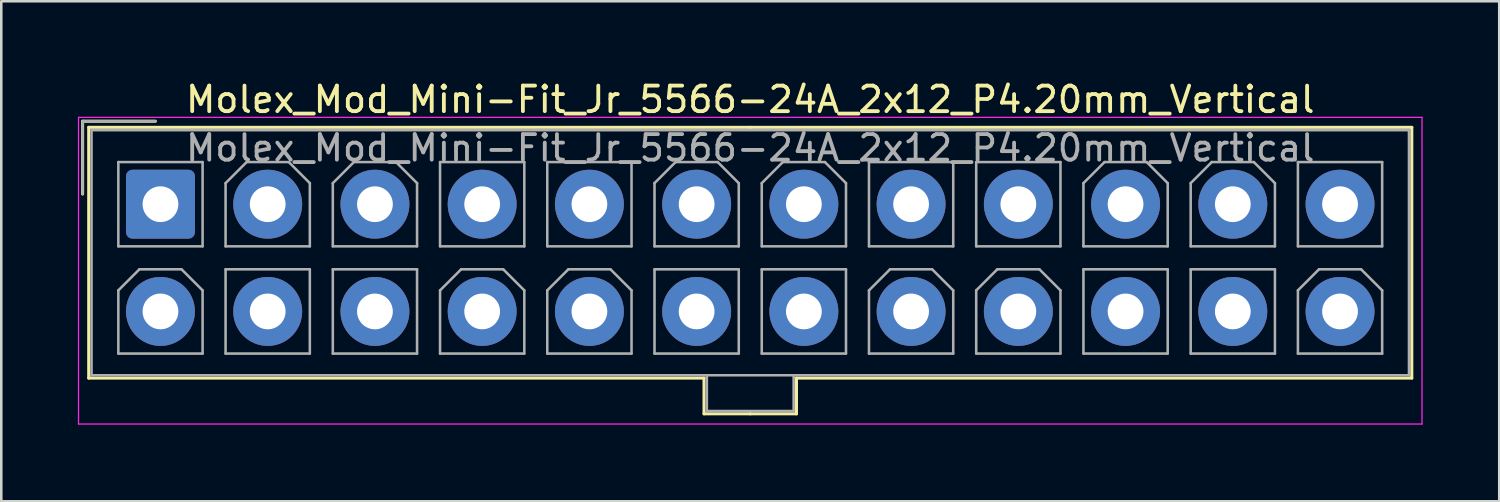
<source format=kicad_pcb>
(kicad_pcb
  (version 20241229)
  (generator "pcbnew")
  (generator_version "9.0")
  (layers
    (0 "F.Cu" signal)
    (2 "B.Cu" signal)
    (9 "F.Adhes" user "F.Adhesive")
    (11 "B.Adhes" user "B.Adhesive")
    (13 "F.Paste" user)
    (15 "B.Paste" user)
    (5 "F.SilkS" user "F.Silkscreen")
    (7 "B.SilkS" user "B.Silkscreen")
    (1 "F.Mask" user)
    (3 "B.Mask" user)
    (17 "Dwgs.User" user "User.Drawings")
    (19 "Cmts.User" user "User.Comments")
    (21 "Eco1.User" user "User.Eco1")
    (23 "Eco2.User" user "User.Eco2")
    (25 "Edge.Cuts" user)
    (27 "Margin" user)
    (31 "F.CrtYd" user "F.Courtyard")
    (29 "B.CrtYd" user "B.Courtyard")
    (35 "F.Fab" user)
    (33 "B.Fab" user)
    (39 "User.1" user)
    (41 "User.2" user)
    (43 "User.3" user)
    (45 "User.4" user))
  (footprint "Molex_Mod_Mini-Fit_Jr_5566-24A_2x12_P4.20mm_Vertical"
    (layer "F.Cu")
    (at 3.235 4.948)
    (property "Reference" "Molex_Mod_Mini-Fit_Jr_5566-24A_2x12_P4.20mm_Vertical" (at 23.1 -4.1 0) (layer "F.SilkS") (effects (font (size 1 1) (thickness 0.15))))
    (attr through_hole)
    (fp_line (start -3.05 -3.25) (end -3.05 -0.4) (stroke (width 0.12) (type solid)) (layer "F.SilkS"))
    (fp_line (start -2.81 -3.01) (end -2.81 6.81) (stroke (width 0.12) (type solid)) (layer "F.SilkS"))
    (fp_line (start -2.81 6.81) (end 21.29 6.81) (stroke (width 0.12) (type solid)) (layer "F.SilkS"))
    (fp_line (start -0.2 -3.25) (end -3.05 -3.25) (stroke (width 0.12) (type solid)) (layer "F.SilkS"))
    (fp_line (start 21.29 6.81) (end 21.29 8.21) (stroke (width 0.12) (type solid)) (layer "F.SilkS"))
    (fp_line (start 21.29 8.21) (end 23.1 8.21) (stroke (width 0.12) (type solid)) (layer "F.SilkS"))
    (fp_line (start 23.1 -3.01) (end -2.81 -3.01) (stroke (width 0.12) (type solid)) (layer "F.SilkS"))
    (fp_line (start 23.1 -3.01) (end 49.01 -3.01) (stroke (width 0.12) (type solid)) (layer "F.SilkS"))
    (fp_line (start 24.91 6.81) (end 24.91 8.21) (stroke (width 0.12) (type solid)) (layer "F.SilkS"))
    (fp_line (start 24.91 8.21) (end 23.1 8.21) (stroke (width 0.12) (type solid)) (layer "F.SilkS"))
    (fp_line (start 49.01 -3.01) (end 49.01 6.81) (stroke (width 0.12) (type solid)) (layer "F.SilkS"))
    (fp_line (start 49.01 6.81) (end 24.91 6.81) (stroke (width 0.12) (type solid)) (layer "F.SilkS"))
    (fp_line (start -3.21 -3.4) (end -3.21 8.61) (stroke (width 0.05) (type solid)) (layer "F.CrtYd"))
    (fp_line (start -3.21 8.61) (end 49.41 8.61) (stroke (width 0.05) (type solid)) (layer "F.CrtYd"))
    (fp_line (start 49.41 -3.4) (end -3.21 -3.4) (stroke (width 0.05) (type solid)) (layer "F.CrtYd"))
    (fp_line (start 49.41 8.61) (end 49.41 -3.4) (stroke (width 0.05) (type solid)) (layer "F.CrtYd"))
    (fp_line (start -3.05 -3.25) (end -3.05 -0.4) (stroke (width 0.1) (type solid)) (layer "F.Fab"))
    (fp_line (start -2.7 -2.9) (end -2.7 6.7) (stroke (width 0.1) (type solid)) (layer "F.Fab"))
    (fp_line (start -2.7 6.7) (end 48.9 6.7) (stroke (width 0.1) (type solid)) (layer "F.Fab"))
    (fp_line (start -1.65 -1.65) (end -1.65 1.65) (stroke (width 0.1) (type solid)) (layer "F.Fab"))
    (fp_line (start -1.65 1.65) (end 1.65 1.65) (stroke (width 0.1) (type solid)) (layer "F.Fab"))
    (fp_line (start -1.65 3.375) (end -0.825 2.55) (stroke (width 0.1) (type solid)) (layer "F.Fab"))
    (fp_line (start -1.65 5.85) (end -1.65 3.375) (stroke (width 0.1) (type solid)) (layer "F.Fab"))
    (fp_line (start -0.825 2.55) (end 0.825 2.55) (stroke (width 0.1) (type solid)) (layer "F.Fab"))
    (fp_line (start -0.2 -3.25) (end -3.05 -3.25) (stroke (width 0.1) (type solid)) (layer "F.Fab"))
    (fp_line (start 0.825 2.55) (end 1.65 3.375) (stroke (width 0.1) (type solid)) (layer "F.Fab"))
    (fp_line (start 1.65 -1.65) (end -1.65 -1.65) (stroke (width 0.1) (type solid)) (layer "F.Fab"))
    (fp_line (start 1.65 1.65) (end 1.65 -1.65) (stroke (width 0.1) (type solid)) (layer "F.Fab"))
    (fp_line (start 1.65 3.375) (end 1.65 5.85) (stroke (width 0.1) (type solid)) (layer "F.Fab"))
    (fp_line (start 1.65 5.85) (end -1.65 5.85) (stroke (width 0.1) (type solid)) (layer "F.Fab"))
    (fp_line (start 2.55 -0.825) (end 3.375 -1.65) (stroke (width 0.1) (type solid)) (layer "F.Fab"))
    (fp_line (start 2.55 1.65) (end 2.55 -0.825) (stroke (width 0.1) (type solid)) (layer "F.Fab"))
    (fp_line (start 2.55 2.55) (end 2.55 5.85) (stroke (width 0.1) (type solid)) (layer "F.Fab"))
    (fp_line (start 2.55 5.85) (end 5.85 5.85) (stroke (width 0.1) (type solid)) (layer "F.Fab"))
    (fp_line (start 3.375 -1.65) (end 5.025 -1.65) (stroke (width 0.1) (type solid)) (layer "F.Fab"))
    (fp_line (start 5.025 -1.65) (end 5.85 -0.825) (stroke (width 0.1) (type solid)) (layer "F.Fab"))
    (fp_line (start 5.85 -0.825) (end 5.85 1.65) (stroke (width 0.1) (type solid)) (layer "F.Fab"))
    (fp_line (start 5.85 1.65) (end 2.55 1.65) (stroke (width 0.1) (type solid)) (layer "F.Fab"))
    (fp_line (start 5.85 2.55) (end 2.55 2.55) (stroke (width 0.1) (type solid)) (layer "F.Fab"))
    (fp_line (start 5.85 5.85) (end 5.85 2.55) (stroke (width 0.1) (type solid)) (layer "F.Fab"))
    (fp_line (start 6.75 -0.825) (end 7.575 -1.65) (stroke (width 0.1) (type solid)) (layer "F.Fab"))
    (fp_line (start 6.75 1.65) (end 6.75 -0.825) (stroke (width 0.1) (type solid)) (layer "F.Fab"))
    (fp_line (start 6.75 2.55) (end 6.75 5.85) (stroke (width 0.1) (type solid)) (layer "F.Fab"))
    (fp_line (start 6.75 5.85) (end 10.05 5.85) (stroke (width 0.1) (type solid)) (layer "F.Fab"))
    (fp_line (start 7.575 -1.65) (end 9.225 -1.65) (stroke (width 0.1) (type solid)) (layer "F.Fab"))
    (fp_line (start 9.225 -1.65) (end 10.05 -0.825) (stroke (width 0.1) (type solid)) (layer "F.Fab"))
    (fp_line (start 10.05 -0.825) (end 10.05 1.65) (stroke (width 0.1) (type solid)) (layer "F.Fab"))
    (fp_line (start 10.05 1.65) (end 6.75 1.65) (stroke (width 0.1) (type solid)) (layer "F.Fab"))
    (fp_line (start 10.05 2.55) (end 6.75 2.55) (stroke (width 0.1) (type solid)) (layer "F.Fab"))
    (fp_line (start 10.05 5.85) (end 10.05 2.55) (stroke (width 0.1) (type solid)) (layer "F.Fab"))
    (fp_line (start 10.95 -1.65) (end 10.95 1.65) (stroke (width 0.1) (type solid)) (layer "F.Fab"))
    (fp_line (start 10.95 1.65) (end 14.25 1.65) (stroke (width 0.1) (type solid)) (layer "F.Fab"))
    (fp_line (start 10.95 3.375) (end 11.775 2.55) (stroke (width 0.1) (type solid)) (layer "F.Fab"))
    (fp_line (start 10.95 5.85) (end 10.95 3.375) (stroke (width 0.1) (type solid)) (layer "F.Fab"))
    (fp_line (start 11.775 2.55) (end 13.425 2.55) (stroke (width 0.1) (type solid)) (layer "F.Fab"))
    (fp_line (start 13.425 2.55) (end 14.25 3.375) (stroke (width 0.1) (type solid)) (layer "F.Fab"))
    (fp_line (start 14.25 -1.65) (end 10.95 -1.65) (stroke (width 0.1) (type solid)) (layer "F.Fab"))
    (fp_line (start 14.25 1.65) (end 14.25 -1.65) (stroke (width 0.1) (type solid)) (layer "F.Fab"))
    (fp_line (start 14.25 3.375) (end 14.25 5.85) (stroke (width 0.1) (type solid)) (layer "F.Fab"))
    (fp_line (start 14.25 5.85) (end 10.95 5.85) (stroke (width 0.1) (type solid)) (layer "F.Fab"))
    (fp_line (start 15.15 -1.65) (end 15.15 1.65) (stroke (width 0.1) (type solid)) (layer "F.Fab"))
    (fp_line (start 15.15 1.65) (end 18.45 1.65) (stroke (width 0.1) (type solid)) (layer "F.Fab"))
    (fp_line (start 15.15 3.375) (end 15.975 2.55) (stroke (width 0.1) (type solid)) (layer "F.Fab"))
    (fp_line (start 15.15 5.85) (end 15.15 3.375) (stroke (width 0.1) (type solid)) (layer "F.Fab"))
    (fp_line (start 15.975 2.55) (end 17.625 2.55) (stroke (width 0.1) (type solid)) (layer "F.Fab"))
    (fp_line (start 17.625 2.55) (end 18.45 3.375) (stroke (width 0.1) (type solid)) (layer "F.Fab"))
    (fp_line (start 18.45 -1.65) (end 15.15 -1.65) (stroke (width 0.1) (type solid)) (layer "F.Fab"))
    (fp_line (start 18.45 1.65) (end 18.45 -1.65) (stroke (width 0.1) (type solid)) (layer "F.Fab"))
    (fp_line (start 18.45 3.375) (end 18.45 5.85) (stroke (width 0.1) (type solid)) (layer "F.Fab"))
    (fp_line (start 18.45 5.85) (end 15.15 5.85) (stroke (width 0.1) (type solid)) (layer "F.Fab"))
    (fp_line (start 19.35 -0.825) (end 20.175 -1.65) (stroke (width 0.1) (type solid)) (layer "F.Fab"))
    (fp_line (start 19.35 1.65) (end 19.35 -0.825) (stroke (width 0.1) (type solid)) (layer "F.Fab"))
    (fp_line (start 19.35 2.55) (end 19.35 5.85) (stroke (width 0.1) (type solid)) (layer "F.Fab"))
    (fp_line (start 19.35 5.85) (end 22.65 5.85) (stroke (width 0.1) (type solid)) (layer "F.Fab"))
    (fp_line (start 20.175 -1.65) (end 21.825 -1.65) (stroke (width 0.1) (type solid)) (layer "F.Fab"))
    (fp_line (start 21.4 6.7) (end 21.4 8.1) (stroke (width 0.1) (type solid)) (layer "F.Fab"))
    (fp_line (start 21.4 8.1) (end 24.8 8.1) (stroke (width 0.1) (type solid)) (layer "F.Fab"))
    (fp_line (start 21.825 -1.65) (end 22.65 -0.825) (stroke (width 0.1) (type solid)) (layer "F.Fab"))
    (fp_line (start 22.65 -0.825) (end 22.65 1.65) (stroke (width 0.1) (type solid)) (layer "F.Fab"))
    (fp_line (start 22.65 1.65) (end 19.35 1.65) (stroke (width 0.1) (type solid)) (layer "F.Fab"))
    (fp_line (start 22.65 2.55) (end 19.35 2.55) (stroke (width 0.1) (type solid)) (layer "F.Fab"))
    (fp_line (start 22.65 5.85) (end 22.65 2.55) (stroke (width 0.1) (type solid)) (layer "F.Fab"))
    (fp_line (start 23.55 -0.825) (end 24.375 -1.65) (stroke (width 0.1) (type solid)) (layer "F.Fab"))
    (fp_line (start 23.55 1.65) (end 23.55 -0.825) (stroke (width 0.1) (type solid)) (layer "F.Fab"))
    (fp_line (start 23.55 2.55) (end 23.55 5.85) (stroke (width 0.1) (type solid)) (layer "F.Fab"))
    (fp_line (start 23.55 5.85) (end 26.85 5.85) (stroke (width 0.1) (type solid)) (layer "F.Fab"))
    (fp_line (start 24.375 -1.65) (end 26.025 -1.65) (stroke (width 0.1) (type solid)) (layer "F.Fab"))
    (fp_line (start 24.8 8.1) (end 24.8 6.7) (stroke (width 0.1) (type solid)) (layer "F.Fab"))
    (fp_line (start 26.025 -1.65) (end 26.85 -0.825) (stroke (width 0.1) (type solid)) (layer "F.Fab"))
    (fp_line (start 26.85 -0.825) (end 26.85 1.65) (stroke (width 0.1) (type solid)) (layer "F.Fab"))
    (fp_line (start 26.85 1.65) (end 23.55 1.65) (stroke (width 0.1) (type solid)) (layer "F.Fab"))
    (fp_line (start 26.85 2.55) (end 23.55 2.55) (stroke (width 0.1) (type solid)) (layer "F.Fab"))
    (fp_line (start 26.85 5.85) (end 26.85 2.55) (stroke (width 0.1) (type solid)) (layer "F.Fab"))
    (fp_line (start 27.75 -1.65) (end 27.75 1.65) (stroke (width 0.1) (type solid)) (layer "F.Fab"))
    (fp_line (start 27.75 1.65) (end 31.05 1.65) (stroke (width 0.1) (type solid)) (layer "F.Fab"))
    (fp_line (start 27.75 3.375) (end 28.575 2.55) (stroke (width 0.1) (type solid)) (layer "F.Fab"))
    (fp_line (start 27.75 5.85) (end 27.75 3.375) (stroke (width 0.1) (type solid)) (layer "F.Fab"))
    (fp_line (start 28.575 2.55) (end 30.225 2.55) (stroke (width 0.1) (type solid)) (layer "F.Fab"))
    (fp_line (start 30.225 2.55) (end 31.05 3.375) (stroke (width 0.1) (type solid)) (layer "F.Fab"))
    (fp_line (start 31.05 -1.65) (end 27.75 -1.65) (stroke (width 0.1) (type solid)) (layer "F.Fab"))
    (fp_line (start 31.05 1.65) (end 31.05 -1.65) (stroke (width 0.1) (type solid)) (layer "F.Fab"))
    (fp_line (start 31.05 3.375) (end 31.05 5.85) (stroke (width 0.1) (type solid)) (layer "F.Fab"))
    (fp_line (start 31.05 5.85) (end 27.75 5.85) (stroke (width 0.1) (type solid)) (layer "F.Fab"))
    (fp_line (start 31.95 -1.65) (end 31.95 1.65) (stroke (width 0.1) (type solid)) (layer "F.Fab"))
    (fp_line (start 31.95 1.65) (end 35.25 1.65) (stroke (width 0.1) (type solid)) (layer "F.Fab"))
    (fp_line (start 31.95 3.375) (end 32.775 2.55) (stroke (width 0.1) (type solid)) (layer "F.Fab"))
    (fp_line (start 31.95 5.85) (end 31.95 3.375) (stroke (width 0.1) (type solid)) (layer "F.Fab"))
    (fp_line (start 32.775 2.55) (end 34.425 2.55) (stroke (width 0.1) (type solid)) (layer "F.Fab"))
    (fp_line (start 34.425 2.55) (end 35.25 3.375) (stroke (width 0.1) (type solid)) (layer "F.Fab"))
    (fp_line (start 35.25 -1.65) (end 31.95 -1.65) (stroke (width 0.1) (type solid)) (layer "F.Fab"))
    (fp_line (start 35.25 1.65) (end 35.25 -1.65) (stroke (width 0.1) (type solid)) (layer "F.Fab"))
    (fp_line (start 35.25 3.375) (end 35.25 5.85) (stroke (width 0.1) (type solid)) (layer "F.Fab"))
    (fp_line (start 35.25 5.85) (end 31.95 5.85) (stroke (width 0.1) (type solid)) (layer "F.Fab"))
    (fp_line (start 36.15 -0.825) (end 36.975 -1.65) (stroke (width 0.1) (type solid)) (layer "F.Fab"))
    (fp_line (start 36.15 1.65) (end 36.15 -0.825) (stroke (width 0.1) (type solid)) (layer "F.Fab"))
    (fp_line (start 36.15 2.55) (end 36.15 5.85) (stroke (width 0.1) (type solid)) (layer "F.Fab"))
    (fp_line (start 36.15 5.85) (end 39.45 5.85) (stroke (width 0.1) (type solid)) (layer "F.Fab"))
    (fp_line (start 36.975 -1.65) (end 38.625 -1.65) (stroke (width 0.1) (type solid)) (layer "F.Fab"))
    (fp_line (start 38.625 -1.65) (end 39.45 -0.825) (stroke (width 0.1) (type solid)) (layer "F.Fab"))
    (fp_line (start 39.45 -0.825) (end 39.45 1.65) (stroke (width 0.1) (type solid)) (layer "F.Fab"))
    (fp_line (start 39.45 1.65) (end 36.15 1.65) (stroke (width 0.1) (type solid)) (layer "F.Fab"))
    (fp_line (start 39.45 2.55) (end 36.15 2.55) (stroke (width 0.1) (type solid)) (layer "F.Fab"))
    (fp_line (start 39.45 5.85) (end 39.45 2.55) (stroke (width 0.1) (type solid)) (layer "F.Fab"))
    (fp_line (start 40.35 -0.825) (end 41.175 -1.65) (stroke (width 0.1) (type solid)) (layer "F.Fab"))
    (fp_line (start 40.35 1.65) (end 40.35 -0.825) (stroke (width 0.1) (type solid)) (layer "F.Fab"))
    (fp_line (start 40.35 2.55) (end 40.35 5.85) (stroke (width 0.1) (type solid)) (layer "F.Fab"))
    (fp_line (start 40.35 5.85) (end 43.65 5.85) (stroke (width 0.1) (type solid)) (layer "F.Fab"))
    (fp_line (start 41.175 -1.65) (end 42.825 -1.65) (stroke (width 0.1) (type solid)) (layer "F.Fab"))
    (fp_line (start 42.825 -1.65) (end 43.65 -0.825) (stroke (width 0.1) (type solid)) (layer "F.Fab"))
    (fp_line (start 43.65 -0.825) (end 43.65 1.65) (stroke (width 0.1) (type solid)) (layer "F.Fab"))
    (fp_line (start 43.65 1.65) (end 40.35 1.65) (stroke (width 0.1) (type solid)) (layer "F.Fab"))
    (fp_line (start 43.65 2.55) (end 40.35 2.55) (stroke (width 0.1) (type solid)) (layer "F.Fab"))
    (fp_line (start 43.65 5.85) (end 43.65 2.55) (stroke (width 0.1) (type solid)) (layer "F.Fab"))
    (fp_line (start 44.55 -1.65) (end 44.55 1.65) (stroke (width 0.1) (type solid)) (layer "F.Fab"))
    (fp_line (start 44.55 1.65) (end 47.85 1.65) (stroke (width 0.1) (type solid)) (layer "F.Fab"))
    (fp_line (start 44.55 3.375) (end 45.375 2.55) (stroke (width 0.1) (type solid)) (layer "F.Fab"))
    (fp_line (start 44.55 5.85) (end 44.55 3.375) (stroke (width 0.1) (type solid)) (layer "F.Fab"))
    (fp_line (start 45.375 2.55) (end 47.025 2.55) (stroke (width 0.1) (type solid)) (layer "F.Fab"))
    (fp_line (start 47.025 2.55) (end 47.85 3.375) (stroke (width 0.1) (type solid)) (layer "F.Fab"))
    (fp_line (start 47.85 -1.65) (end 44.55 -1.65) (stroke (width 0.1) (type solid)) (layer "F.Fab"))
    (fp_line (start 47.85 1.65) (end 47.85 -1.65) (stroke (width 0.1) (type solid)) (layer "F.Fab"))
    (fp_line (start 47.85 3.375) (end 47.85 5.85) (stroke (width 0.1) (type solid)) (layer "F.Fab"))
    (fp_line (start 47.85 5.85) (end 44.55 5.85) (stroke (width 0.1) (type solid)) (layer "F.Fab"))
    (fp_line (start 48.9 -2.9) (end -2.7 -2.9) (stroke (width 0.1) (type solid)) (layer "F.Fab"))
    (fp_line (start 48.9 6.7) (end 48.9 -2.9) (stroke (width 0.1) (type solid)) (layer "F.Fab"))
    (fp_text user "${REFERENCE}" (at 23.1 -2.2 0) (layer "F.Fab") (effects (font (size 1 1) (thickness 0.15))))
    (pad "1" thru_hole roundrect (at 0 0) (size 2.7 2.7) (drill 1.4) (layers "*.Cu" "*.Mask") (roundrect_rratio 0.093))
    (pad "2" thru_hole circle (at 4.2 0) (size 2.7 2.7) (drill 1.4) (layers "*.Cu" "*.Mask"))
    (pad "3" thru_hole circle (at 8.4 0) (size 2.7 2.7) (drill 1.4) (layers "*.Cu" "*.Mask"))
    (pad "4" thru_hole circle (at 12.6 0) (size 2.7 2.7) (drill 1.4) (layers "*.Cu" "*.Mask"))
    (pad "5" thru_hole circle (at 16.8 0) (size 2.7 2.7) (drill 1.4) (layers "*.Cu" "*.Mask"))
    (pad "6" thru_hole circle (at 21 0) (size 2.7 2.7) (drill 1.4) (layers "*.Cu" "*.Mask"))
    (pad "7" thru_hole circle (at 25.2 0) (size 2.7 2.7) (drill 1.4) (layers "*.Cu" "*.Mask"))
    (pad "8" thru_hole circle (at 29.4 0) (size 2.7 2.7) (drill 1.4) (layers "*.Cu" "*.Mask"))
    (pad "9" thru_hole circle (at 33.6 0) (size 2.7 2.7) (drill 1.4) (layers "*.Cu" "*.Mask"))
    (pad "10" thru_hole circle (at 37.8 0) (size 2.7 2.7) (drill 1.4) (layers "*.Cu" "*.Mask"))
    (pad "11" thru_hole circle (at 42 0) (size 2.7 2.7) (drill 1.4) (layers "*.Cu" "*.Mask"))
    (pad "12" thru_hole circle (at 46.2 0) (size 2.7 2.7) (drill 1.4) (layers "*.Cu" "*.Mask"))
    (pad "13" thru_hole circle (at 0 4.2) (size 2.7 2.7) (drill 1.4) (layers "*.Cu" "*.Mask"))
    (pad "14" thru_hole circle (at 4.2 4.2) (size 2.7 2.7) (drill 1.4) (layers "*.Cu" "*.Mask"))
    (pad "15" thru_hole circle (at 8.4 4.2) (size 2.7 2.7) (drill 1.4) (layers "*.Cu" "*.Mask"))
    (pad "16" thru_hole circle (at 12.6 4.2) (size 2.7 2.7) (drill 1.4) (layers "*.Cu" "*.Mask"))
    (pad "17" thru_hole circle (at 16.8 4.2) (size 2.7 2.7) (drill 1.4) (layers "*.Cu" "*.Mask"))
    (pad "18" thru_hole circle (at 21 4.2) (size 2.7 2.7) (drill 1.4) (layers "*.Cu" "*.Mask"))
    (pad "19" thru_hole circle (at 25.2 4.2) (size 2.7 2.7) (drill 1.4) (layers "*.Cu" "*.Mask"))
    (pad "20" thru_hole circle (at 29.4 4.2) (size 2.7 2.7) (drill 1.4) (layers "*.Cu" "*.Mask"))
    (pad "21" thru_hole circle (at 33.6 4.2) (size 2.7 2.7) (drill 1.4) (layers "*.Cu" "*.Mask"))
    (pad "22" thru_hole circle (at 37.8 4.2) (size 2.7 2.7) (drill 1.4) (layers "*.Cu" "*.Mask"))
    (pad "23" thru_hole circle (at 42 4.2) (size 2.7 2.7) (drill 1.4) (layers "*.Cu" "*.Mask"))
    (pad "24" thru_hole circle (at 46.2 4.2) (size 2.7 2.7) (drill 1.4) (layers "*.Cu" "*.Mask")))
  (gr_rect
    (start -3 -3)
    (end 55.67 16.583)
    (stroke (width 0.1) (type default))
    (fill no)
    (layer "Edge.Cuts")))
</source>
